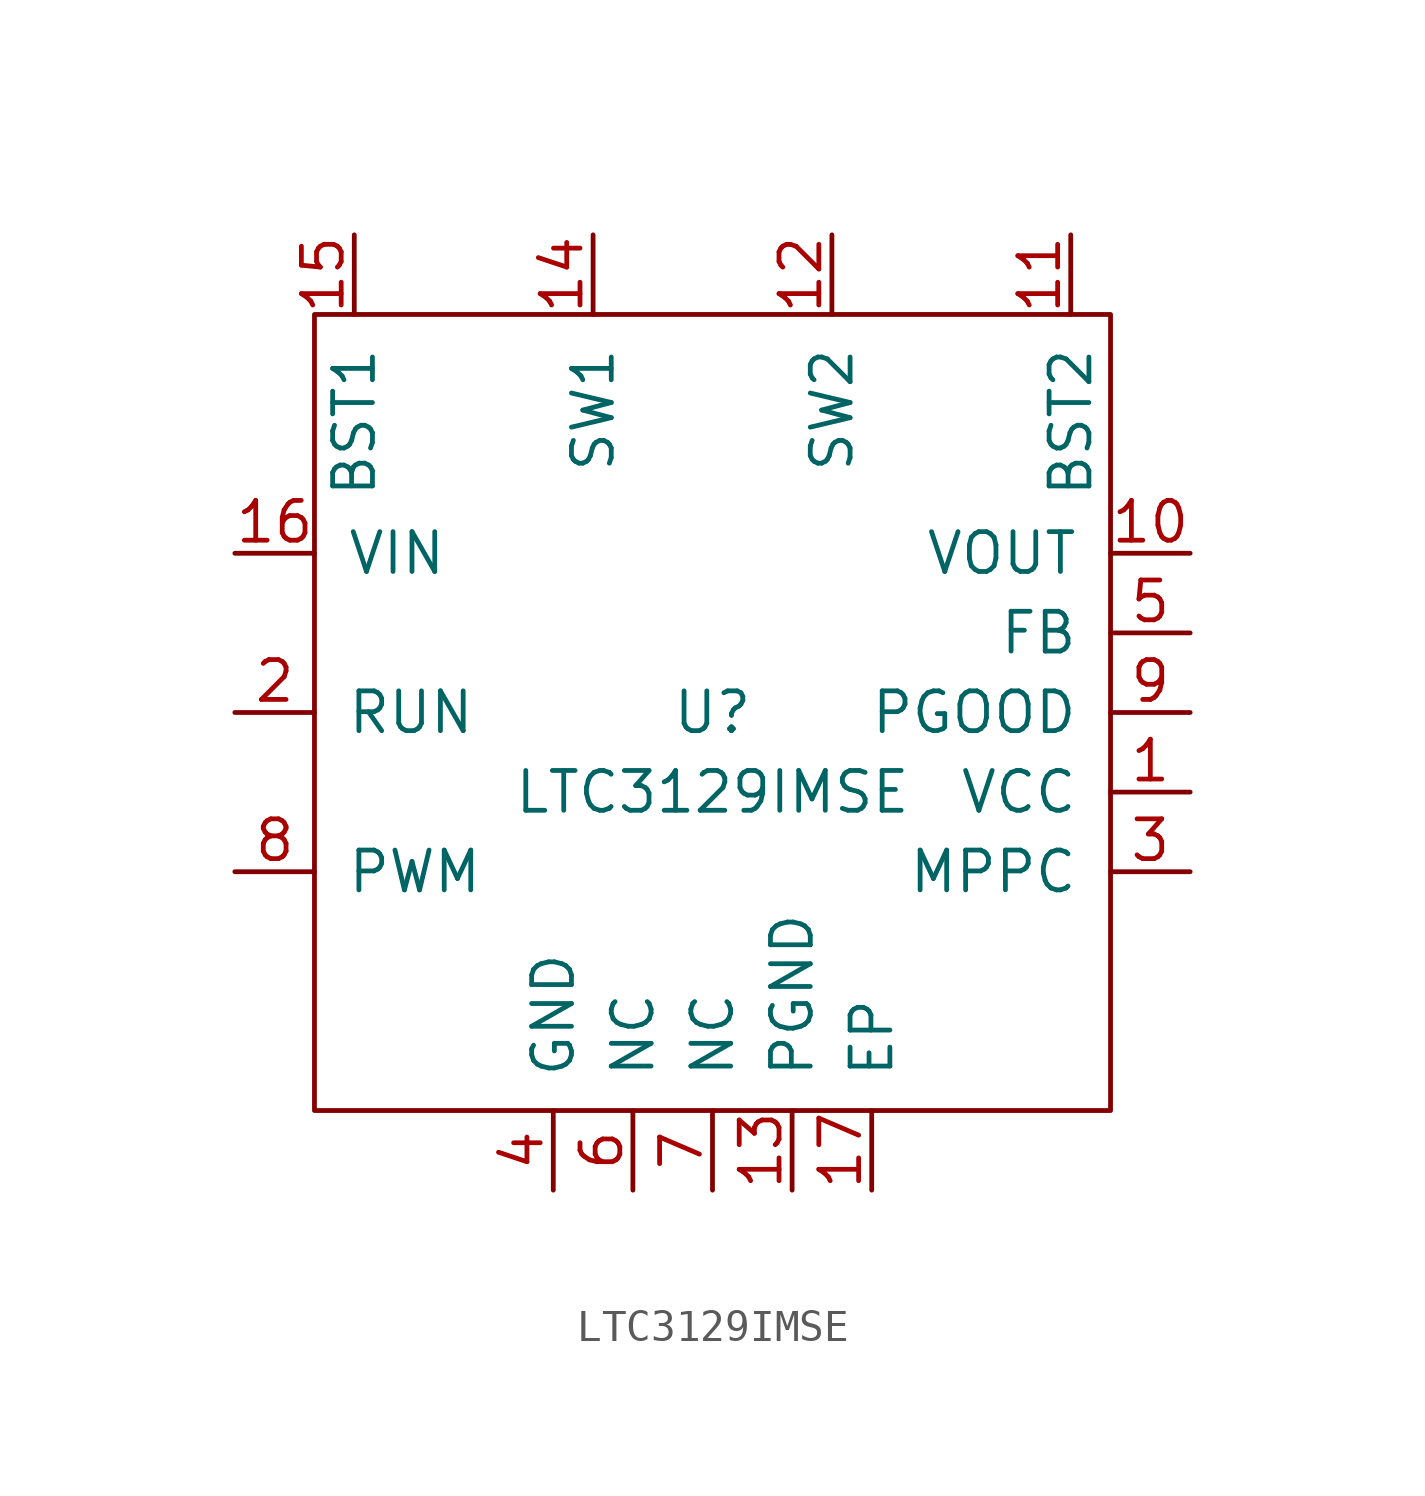
<source format=kicad_sym>
(kicad_symbol_lib
  (version 20220914)
  (generator kicad_symbol_editor)
  (symbol "LTC3129IMSE"
    (pin_names
      (offset 1.016))
    (property "Reference" "U"
      (at 0 0 0)
      (effects (font (size 1.27 1.27))))
    (property "Value" "LTC3129IMSE"
      (at 0 -2.54 0)
      (effects (font (size 1.27 1.27))))
    (symbol "LTC3129IMSE_0_1"
      (rectangle (start -12.7 12.7) (end 12.7 -12.7) (stroke (width 0) (type solid)) (fill (type none))))
    (symbol "LTC3129IMSE_1_1"
      (pin power_out line (at 15.24 -2.54 180) (length 2.54) (name "VCC" (effects (font (size 1.27 1.27)))) (number "1" (effects (font (size 1.27 1.27)))))
      (pin power_out line (at 15.24 5.08 180) (length 2.54) (name "VOUT" (effects (font (size 1.27 1.27)))) (number "10" (effects (font (size 1.27 1.27)))))
      (pin bidirectional line (at 11.43 15.24 270) (length 2.54) (name "BST2" (effects (font (size 1.27 1.27)))) (number "11" (effects (font (size 1.27 1.27)))))
      (pin bidirectional line (at 3.81 15.24 270) (length 2.54) (name "SW2" (effects (font (size 1.27 1.27)))) (number "12" (effects (font (size 1.27 1.27)))))
      (pin power_in line (at 2.54 -15.24 90) (length 2.54) (name "PGND" (effects (font (size 1.27 1.27)))) (number "13" (effects (font (size 1.27 1.27)))))
      (pin bidirectional line (at -3.81 15.24 270) (length 2.54) (name "SW1" (effects (font (size 1.27 1.27)))) (number "14" (effects (font (size 1.27 1.27)))))
      (pin bidirectional line (at -11.43 15.24 270) (length 2.54) (name "BST1" (effects (font (size 1.27 1.27)))) (number "15" (effects (font (size 1.27 1.27)))))
      (pin power_in line (at -15.24 5.08 0) (length 2.54) (name "VIN" (effects (font (size 1.27 1.27)))) (number "16" (effects (font (size 1.27 1.27)))))
      (pin power_in line (at 5.08 -15.24 90) (length 2.54) (name "EP" (effects (font (size 1.27 1.27)))) (number "17" (effects (font (size 1.27 1.27)))))
      (pin input line (at -15.24 0 0) (length 2.54) (name "RUN" (effects (font (size 1.27 1.27)))) (number "2" (effects (font (size 1.27 1.27)))))
      (pin input line (at 15.24 -5.08 180) (length 2.54) (name "MPPC" (effects (font (size 1.27 1.27)))) (number "3" (effects (font (size 1.27 1.27)))))
      (pin power_in line (at -5.08 -15.24 90) (length 2.54) (name "GND" (effects (font (size 1.27 1.27)))) (number "4" (effects (font (size 1.27 1.27)))))
      (pin input line (at 15.24 2.54 180) (length 2.54) (name "FB" (effects (font (size 1.27 1.27)))) (number "5" (effects (font (size 1.27 1.27)))))
      (pin power_in line (at -2.54 -15.24 90) (length 2.54) (name "NC" (effects (font (size 1.27 1.27)))) (number "6" (effects (font (size 1.27 1.27)))))
      (pin power_in line (at 0 -15.24 90) (length 2.54) (name "NC" (effects (font (size 1.27 1.27)))) (number "7" (effects (font (size 1.27 1.27)))))
      (pin input line (at -15.24 -5.08 0) (length 2.54) (name "PWM" (effects (font (size 1.27 1.27)))) (number "8" (effects (font (size 1.27 1.27)))))
      (pin output line (at 15.24 0 180) (length 2.54) (name "PGOOD" (effects (font (size 1.27 1.27)))) (number "9" (effects (font (size 1.27 1.27))))))))
</source>
